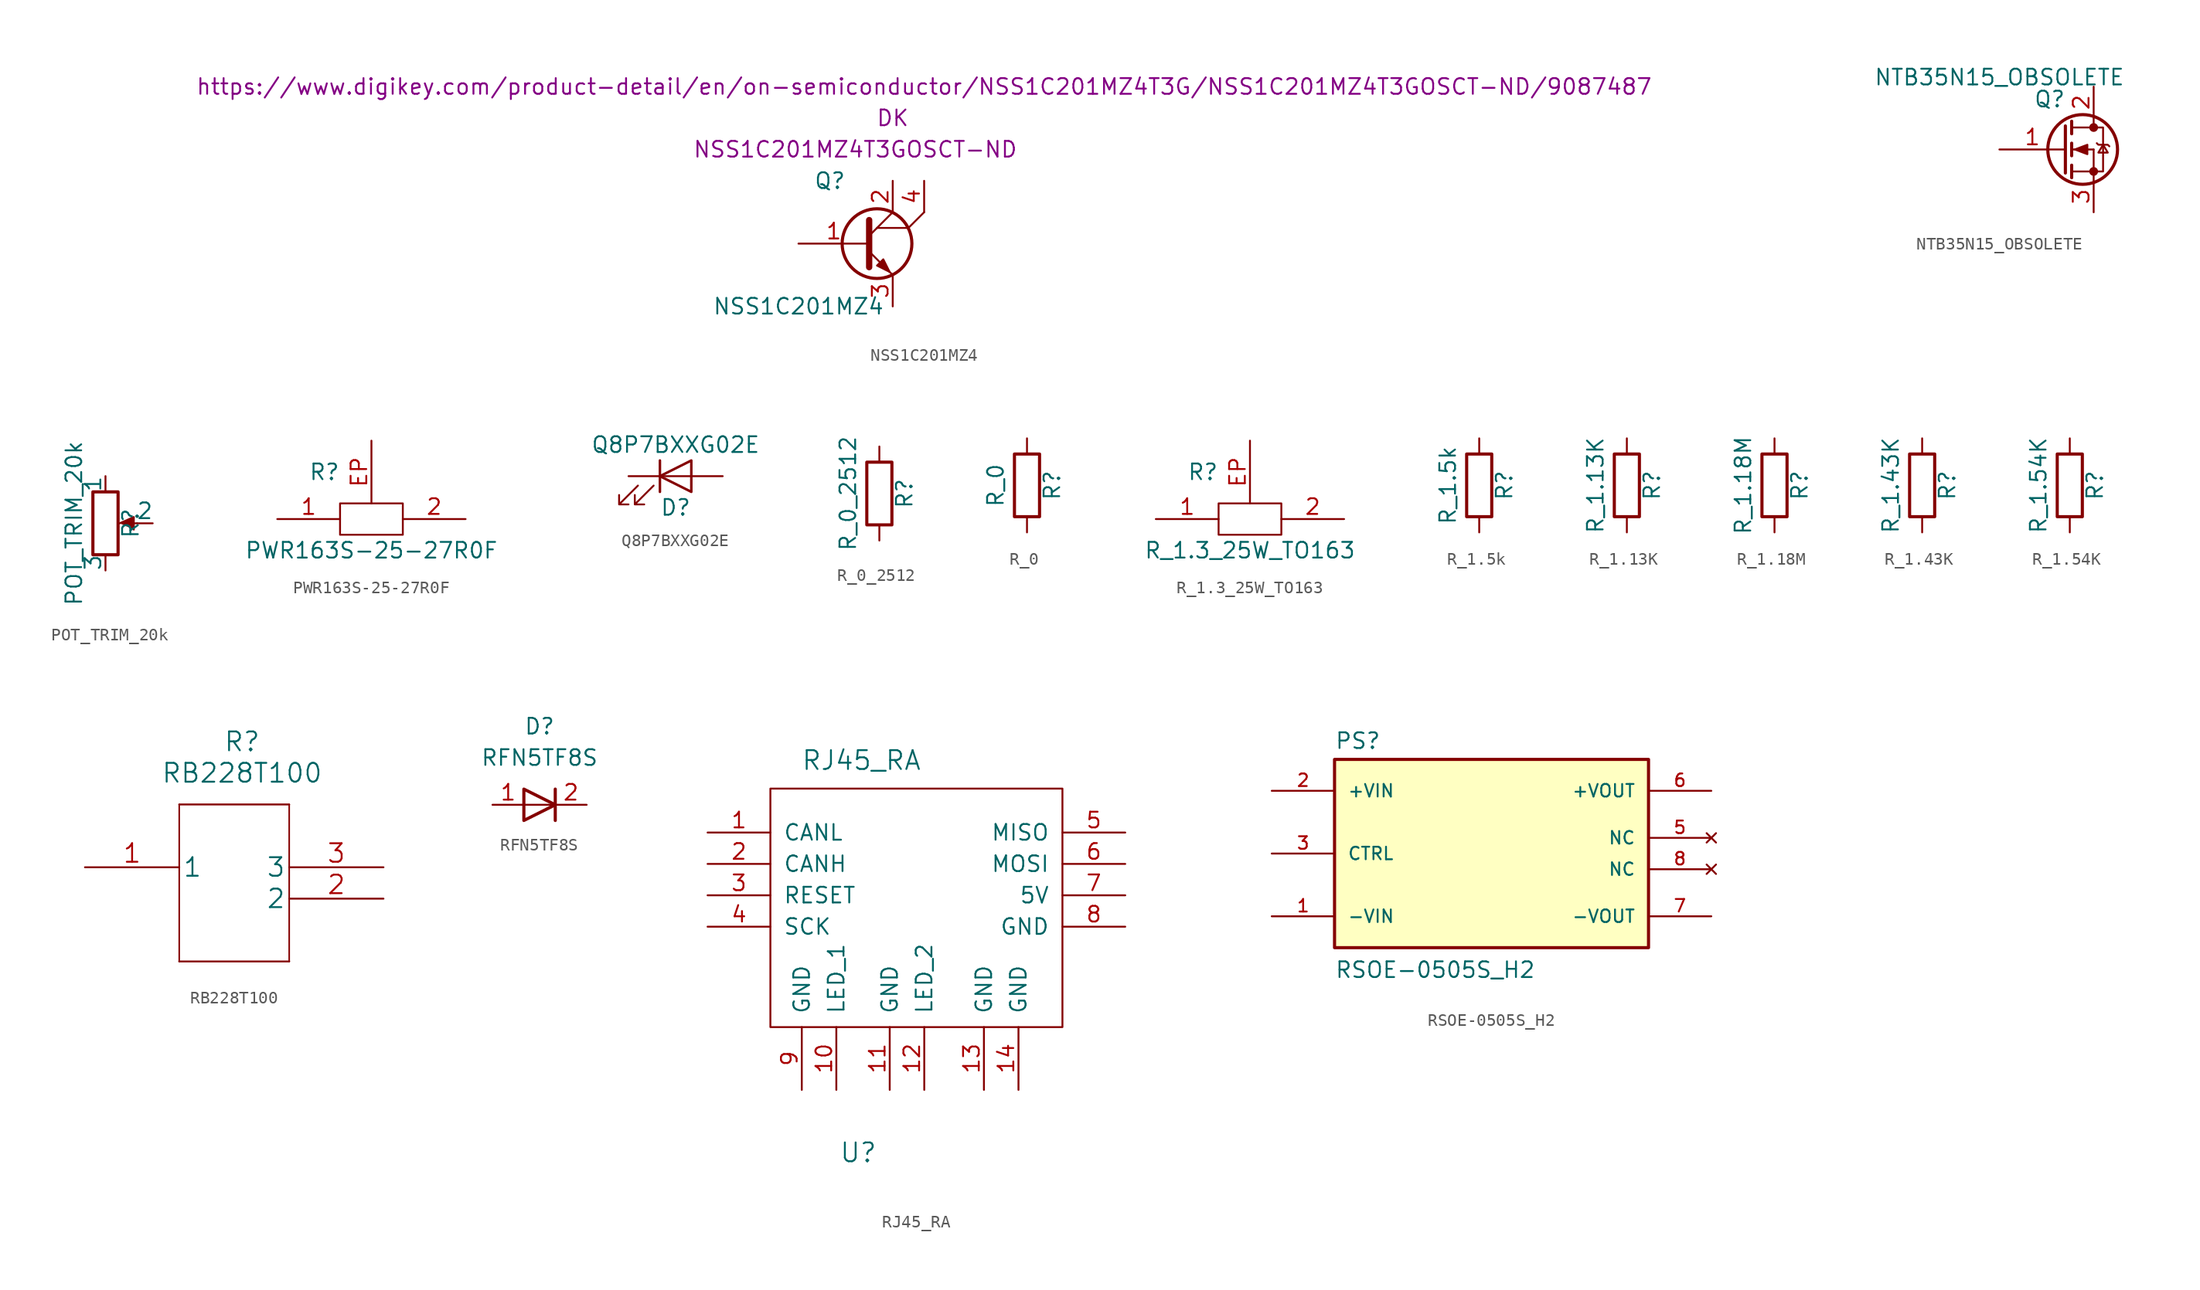
<source format=kicad_sym>
(kicad_symbol_lib
  (version 20211014)
  (generator kicad_symbol_editor)
  (symbol "NSS1C201MZ4"
    (pin_names
      (offset 1.016))
    (property "Reference" "Q"
      (at -2.54 5.08 0)
      (effects (font (size 1.27 1.27))))
    (property "Value" "NSS1C201MZ4"
      (at -5.08 -5.08 0)
      (effects (font (size 1.27 1.27))))
    (property "MPN" "NSS1C201MZ4T3GOSCT-ND "
      (at 0 7.62 0)
      (effects (font (size 1.27 1.27))))
    (property "MFN" "DK"
      (at 2.54 10.16 0)
      (effects (font (size 1.27 1.27))))
    (property "PurchasingLink" "https://www.digikey.com/product-detail/en/on-semiconductor/NSS1C201MZ4T3G/NSS1C201MZ4T3GOSCT-ND/9087487"
      (at 5.08 12.7 0)
      (effects (font (size 1.27 1.27))))
    (symbol "NSS1C201MZ4_0_1"
      (polyline (pts (xy 0.635 0.635) (xy 2.54 2.54)) (stroke (width 0) (type default) (color 0 0 0 0)) (fill (type none)))
      (polyline (pts (xy 3.81 1.27) (xy 1.27 1.27)) (stroke (width 0) (type default) (color 0 0 0 0)) (fill (type none)))
      (polyline (pts (xy 5.08 2.54) (xy 3.81 1.27)) (stroke (width 0) (type default) (color 0 0 0 0)) (fill (type none)))
      (polyline (pts (xy 0.635 -0.635) (xy 2.54 -2.54) (xy 2.54 -2.54)) (stroke (width 0) (type default) (color 0 0 0 0)) (fill (type none)))
      (polyline (pts (xy 0.635 1.905) (xy 0.635 -1.905) (xy 0.635 -1.905)) (stroke (width 0.508) (type default) (color 0 0 0 0)) (fill (type none)))
      (polyline (pts (xy 1.27 -1.778) (xy 1.778 -1.27) (xy 2.286 -2.286) (xy 1.27 -1.778) (xy 1.27 -1.778)) (stroke (width 0) (type default) (color 0 0 0 0)) (fill (type outline)))
      (circle (center 1.27 0) (radius 2.819) (stroke (width 0.254) (type default) (color 0 0 0 0)) (fill (type none))))
    (symbol "NSS1C201MZ4_1_1"
      (pin input line (at -5.08 0 0) (length 5.715) (name "~" (effects (font (size 1.27 1.27)))) (number "1" (effects (font (size 1.27 1.27)))))
      (pin passive line (at 2.54 5.08 270) (length 2.54) (name "~" (effects (font (size 1.27 1.27)))) (number "2" (effects (font (size 1.27 1.27)))))
      (pin passive line (at 2.54 -5.08 90) (length 2.54) (name "~" (effects (font (size 1.27 1.27)))) (number "3" (effects (font (size 1.27 1.27)))))
      (pin passive line (at 5.08 5.08 270) (length 2.54) (name "~" (effects (font (size 1.27 1.27)))) (number "4" (effects (font (size 1.27 1.27)))))))
  (symbol "NTB35N15_OBSOLETE"
    (pin_names
      (offset 1.016))
    (property "Reference" "Q"
      (at -2.794 4.064 0)
      (effects (font (size 1.27 1.27))))
    (property "Value" "NTB35N15_OBSOLETE"
      (at -6.858 5.842 0)
      (effects (font (size 1.27 1.27))))
    (symbol "NTB35N15_OBSOLETE_1_1"
      (circle (center -0.127 0) (radius 2.819) (stroke (width 0.254) (type default) (color 0 0 0 0)) (fill (type none)))
      (polyline (pts (xy -1.016 -1.778) (xy 0.762 -1.778)) (stroke (width 0) (type default) (color 0 0 0 0)) (fill (type none)))
      (polyline (pts (xy -1.016 -1.27) (xy -1.016 -2.286)) (stroke (width 0.254) (type default) (color 0 0 0 0)) (fill (type none)))
      (polyline (pts (xy -1.016 0) (xy 0.762 0)) (stroke (width 0) (type default) (color 0 0 0 0)) (fill (type none)))
      (polyline (pts (xy -1.016 0.508) (xy -1.016 -0.508)) (stroke (width 0.254) (type default) (color 0 0 0 0)) (fill (type none)))
      (polyline (pts (xy -1.016 1.778) (xy 0.762 1.778)) (stroke (width 0) (type default) (color 0 0 0 0)) (fill (type none)))
      (polyline (pts (xy -1.016 2.286) (xy -1.016 1.27)) (stroke (width 0.254) (type default) (color 0 0 0 0)) (fill (type none)))
      (polyline (pts (xy 0.762 -1.778) (xy 0.762 -2.54)) (stroke (width 0) (type default) (color 0 0 0 0)) (fill (type none)))
      (polyline (pts (xy 0.762 -1.778) (xy 0.762 0)) (stroke (width 0) (type default) (color 0 0 0 0)) (fill (type none)))
      (polyline (pts (xy 0.762 2.54) (xy 0.762 1.778)) (stroke (width 0) (type default) (color 0 0 0 0)) (fill (type none)))
      (polyline (pts (xy -1.524 1.905) (xy -1.524 -1.905) (xy -1.524 -1.905)) (stroke (width 0.254) (type default) (color 0 0 0 0)) (fill (type none)))
      (polyline (pts (xy -0.762 0) (xy 0.254 0.381) (xy 0.254 -0.381) (xy -0.762 0)) (stroke (width 0) (type default) (color 0 0 0 0)) (fill (type outline)))
      (polyline (pts (xy 0.762 -1.778) (xy 1.524 -1.778) (xy 1.524 1.778) (xy 0.762 1.778)) (stroke (width 0) (type default) (color 0 0 0 0)) (fill (type none)))
      (polyline (pts (xy 1.016 0.508) (xy 1.143 0.381) (xy 1.905 0.381) (xy 2.032 0.254)) (stroke (width 0) (type default) (color 0 0 0 0)) (fill (type none)))
      (polyline (pts (xy 1.524 0.381) (xy 1.143 -0.254) (xy 1.905 -0.254) (xy 1.524 0.381)) (stroke (width 0) (type default) (color 0 0 0 0)) (fill (type none)))
      (circle (center 0.762 -1.778) (radius 0.279) (stroke (width 0) (type default) (color 0 0 0 0)) (fill (type outline)))
      (circle (center 0.762 1.778) (radius 0.279) (stroke (width 0) (type default) (color 0 0 0 0)) (fill (type outline)))
      (pin input line (at -6.858 0 0) (length 5.334) (name "~" (effects (font (size 1.27 1.27)))) (number "1" (effects (font (size 1.27 1.27)))))
      (pin passive line (at 0.762 5.08 270) (length 2.54) (name "~" (effects (font (size 1.27 1.27)))) (number "2" (effects (font (size 1.27 1.27)))))
      (pin passive line (at 0.762 -5.08 90) (length 2.54) (name "~" (effects (font (size 1.27 1.27)))) (number "3" (effects (font (size 1.27 1.27)))))))
  (symbol "POT_TRIM_20k"
    (pin_numbers hide)
    (pin_names
      (offset 0))
    (property "Reference" "R"
      (at 2.032 0 90)
      (effects (font (size 1.27 1.27))))
    (property "Value" "POT_TRIM_20k"
      (at -2.54 0 90)
      (effects (font (size 1.27 1.27))))
    (symbol "POT_TRIM_20k_1_1"
      (polyline (pts (xy 2.54 0) (xy 1.524 0)) (stroke (width 0) (type default) (color 0 0 0 0)) (fill (type none)))
      (polyline (pts (xy 1.143 0) (xy 2.286 0.508) (xy 2.286 -0.508)) (stroke (width 0) (type default) (color 0 0 0 0)) (fill (type outline)))
      (rectangle (start 1.016 2.54) (end -1.016 -2.54) (stroke (width 0.254) (type default) (color 0 0 0 0)) (fill (type none)))
      (pin passive line (at 0 3.81 270) (length 1.27) (name "1" (effects (font (size 1.27 1.27)))) (number "1" (effects (font (size 1.27 1.27)))))
      (pin passive line (at 3.81 0 180) (length 1.27) (name "2" (effects (font (size 1.27 1.27)))) (number "2" (effects (font (size 1.27 1.27)))))
      (pin passive line (at 0 -3.81 90) (length 1.27) (name "3" (effects (font (size 1.27 1.27)))) (number "3" (effects (font (size 1.27 1.27)))))))
  (symbol "PWR163S-25-27R0F"
    (pin_names
      (offset 1.016))
    (property "Reference" "R"
      (at -3.81 3.81 0)
      (effects (font (size 1.27 1.27))))
    (property "Value" "PWR163S-25-27R0F"
      (at 0 -2.54 0)
      (effects (font (size 1.27 1.27))))
    (symbol "PWR163S-25-27R0F_0_1"
      (rectangle (start 2.54 -1.27) (end -2.54 1.27) (stroke (width 0) (type default) (color 0 0 0 0)) (fill (type none))))
    (symbol "PWR163S-25-27R0F_1_1"
      (pin input line (at -7.62 0 0) (length 5.08) (name "~" (effects (font (size 1.27 1.27)))) (number "1" (effects (font (size 1.27 1.27)))))
      (pin input line (at 7.62 0 180) (length 5.08) (name "~" (effects (font (size 1.27 1.27)))) (number "2" (effects (font (size 1.27 1.27)))))
      (pin input line (at 0 6.35 270) (length 5.08) (name "~" (effects (font (size 1.27 1.27)))) (number "EP" (effects (font (size 1.27 1.27)))))))
  (symbol "Q8P7BXXG02E"
    (pin_numbers hide)
    (pin_names
      (offset 1.016) hide)
    (property "Reference" "D"
      (at 0 -2.54 0)
      (effects (font (size 1.27 1.27))))
    (property "Value" "Q8P7BXXG02E"
      (at 0 2.54 0)
      (effects (font (size 1.27 1.27))))
    (symbol "Q8P7BXXG02E_0_1"
      (polyline (pts (xy -1.27 -1.27) (xy -1.27 1.27)) (stroke (width 0.203) (type default) (color 0 0 0 0)) (fill (type none)))
      (polyline (pts (xy -1.27 0) (xy 1.27 0)) (stroke (width 0) (type default) (color 0 0 0 0)) (fill (type none)))
      (polyline (pts (xy 1.27 -1.27) (xy 1.27 1.27) (xy -1.27 0) (xy 1.27 -1.27)) (stroke (width 0.203) (type default) (color 0 0 0 0)) (fill (type none)))
      (polyline (pts (xy -3.048 -0.762) (xy -4.572 -2.286) (xy -3.81 -2.286) (xy -4.572 -2.286) (xy -4.572 -1.524)) (stroke (width 0) (type default) (color 0 0 0 0)) (fill (type none)))
      (polyline (pts (xy -1.778 -0.762) (xy -3.302 -2.286) (xy -2.54 -2.286) (xy -3.302 -2.286) (xy -3.302 -1.524)) (stroke (width 0) (type default) (color 0 0 0 0)) (fill (type none))))
    (symbol "Q8P7BXXG02E_1_1"
      (pin passive line (at -3.81 0 0) (length 2.54) (name "K" (effects (font (size 1.27 1.27)))) (number "1" (effects (font (size 1.27 1.27)))))
      (pin passive line (at 3.81 0 180) (length 2.54) (name "A" (effects (font (size 1.27 1.27)))) (number "2" (effects (font (size 1.27 1.27)))))))
  (symbol "R_0_2512"
    (pin_numbers hide)
    (pin_names
      (offset 0))
    (property "Reference" "R"
      (at 2.032 0 90)
      (effects (font (size 1.27 1.27))))
    (property "Value" "R_0_2512"
      (at -2.54 0 90)
      (effects (font (size 1.27 1.27))))
    (symbol "R_0_2512_0_1"
      (rectangle (start -1.016 -2.54) (end 1.016 2.54) (stroke (width 0.254) (type default) (color 0 0 0 0)) (fill (type none))))
    (symbol "R_0_2512_1_1"
      (pin passive line (at 0 3.81 270) (length 1.27) (name "~" (effects (font (size 1.27 1.27)))) (number "1" (effects (font (size 1.27 1.27)))))
      (pin passive line (at 0 -3.81 90) (length 1.27) (name "~" (effects (font (size 1.27 1.27)))) (number "2" (effects (font (size 1.27 1.27)))))))
  (symbol "R_0"
    (pin_numbers hide)
    (pin_names
      (offset 0))
    (property "Reference" "R"
      (at 2.032 0 90)
      (effects (font (size 1.27 1.27))))
    (property "Value" "R_0"
      (at -2.54 0 90)
      (effects (font (size 1.27 1.27))))
    (symbol "R_0_0_1"
      (rectangle (start -1.016 -2.54) (end 1.016 2.54) (stroke (width 0.254) (type default) (color 0 0 0 0)) (fill (type none))))
    (symbol "R_0_1_1"
      (pin passive line (at 0 3.81 270) (length 1.27) (name "~" (effects (font (size 1.27 1.27)))) (number "1" (effects (font (size 1.27 1.27)))))
      (pin passive line (at 0 -3.81 90) (length 1.27) (name "~" (effects (font (size 1.27 1.27)))) (number "2" (effects (font (size 1.27 1.27)))))))
  (symbol "R_1.3_25W_TO163"
    (pin_names
      (offset 1.016))
    (property "Reference" "R"
      (at -3.81 3.81 0)
      (effects (font (size 1.27 1.27))))
    (property "Value" "R_1.3_25W_TO163"
      (at 0 -2.54 0)
      (effects (font (size 1.27 1.27))))
    (symbol "R_1.3_25W_TO163_0_1"
      (rectangle (start 2.54 -1.27) (end -2.54 1.27) (stroke (width 0) (type default) (color 0 0 0 0)) (fill (type none))))
    (symbol "R_1.3_25W_TO163_1_1"
      (pin input line (at -7.62 0 0) (length 5.08) (name "~" (effects (font (size 1.27 1.27)))) (number "1" (effects (font (size 1.27 1.27)))))
      (pin input line (at 7.62 0 180) (length 5.08) (name "~" (effects (font (size 1.27 1.27)))) (number "2" (effects (font (size 1.27 1.27)))))
      (pin input line (at 0 6.35 270) (length 5.08) (name "~" (effects (font (size 1.27 1.27)))) (number "EP" (effects (font (size 1.27 1.27)))))))
  (symbol "R_1.5k"
    (pin_numbers hide)
    (pin_names
      (offset 0))
    (property "Reference" "R"
      (at 2.032 0 90)
      (effects (font (size 1.27 1.27))))
    (property "Value" "R_1.5k"
      (at -2.54 0 90)
      (effects (font (size 1.27 1.27))))
    (symbol "R_1.5k_0_1"
      (rectangle (start -1.016 -2.54) (end 1.016 2.54) (stroke (width 0.254) (type default) (color 0 0 0 0)) (fill (type none))))
    (symbol "R_1.5k_1_1"
      (pin passive line (at 0 3.81 270) (length 1.27) (name "~" (effects (font (size 1.27 1.27)))) (number "1" (effects (font (size 1.27 1.27)))))
      (pin passive line (at 0 -3.81 90) (length 1.27) (name "~" (effects (font (size 1.27 1.27)))) (number "2" (effects (font (size 1.27 1.27)))))))
  (symbol "R_1.13K"
    (pin_numbers hide)
    (pin_names
      (offset 0))
    (property "Reference" "R"
      (at 2.032 0 90)
      (effects (font (size 1.27 1.27))))
    (property "Value" "R_1.13K"
      (at -2.54 0 90)
      (effects (font (size 1.27 1.27))))
    (symbol "R_1.13K_0_1"
      (rectangle (start -1.016 -2.54) (end 1.016 2.54) (stroke (width 0.254) (type default) (color 0 0 0 0)) (fill (type none))))
    (symbol "R_1.13K_1_1"
      (pin passive line (at 0 3.81 270) (length 1.27) (name "~" (effects (font (size 1.27 1.27)))) (number "1" (effects (font (size 1.27 1.27)))))
      (pin passive line (at 0 -3.81 90) (length 1.27) (name "~" (effects (font (size 1.27 1.27)))) (number "2" (effects (font (size 1.27 1.27)))))))
  (symbol "R_1.18M"
    (pin_numbers hide)
    (pin_names
      (offset 0))
    (property "Reference" "R"
      (at 2.032 0 90)
      (effects (font (size 1.27 1.27))))
    (property "Value" "R_1.18M"
      (at -2.54 0 90)
      (effects (font (size 1.27 1.27))))
    (symbol "R_1.18M_0_1"
      (rectangle (start -1.016 -2.54) (end 1.016 2.54) (stroke (width 0.254) (type default) (color 0 0 0 0)) (fill (type none))))
    (symbol "R_1.18M_1_1"
      (pin passive line (at 0 3.81 270) (length 1.27) (name "~" (effects (font (size 1.27 1.27)))) (number "1" (effects (font (size 1.27 1.27)))))
      (pin passive line (at 0 -3.81 90) (length 1.27) (name "~" (effects (font (size 1.27 1.27)))) (number "2" (effects (font (size 1.27 1.27)))))))
  (symbol "R_1.43K"
    (pin_numbers hide)
    (pin_names
      (offset 0))
    (property "Reference" "R"
      (at 2.032 0 90)
      (effects (font (size 1.27 1.27))))
    (property "Value" "R_1.43K"
      (at -2.54 0 90)
      (effects (font (size 1.27 1.27))))
    (symbol "R_1.43K_0_1"
      (rectangle (start -1.016 -2.54) (end 1.016 2.54) (stroke (width 0.254) (type default) (color 0 0 0 0)) (fill (type none))))
    (symbol "R_1.43K_1_1"
      (pin passive line (at 0 3.81 270) (length 1.27) (name "~" (effects (font (size 1.27 1.27)))) (number "1" (effects (font (size 1.27 1.27)))))
      (pin passive line (at 0 -3.81 90) (length 1.27) (name "~" (effects (font (size 1.27 1.27)))) (number "2" (effects (font (size 1.27 1.27)))))))
  (symbol "R_1.54K"
    (pin_numbers hide)
    (pin_names
      (offset 0))
    (property "Reference" "R"
      (at 2.032 0 90)
      (effects (font (size 1.27 1.27))))
    (property "Value" "R_1.54K"
      (at -2.54 0 90)
      (effects (font (size 1.27 1.27))))
    (symbol "R_1.54K_0_1"
      (rectangle (start -1.016 -2.54) (end 1.016 2.54) (stroke (width 0.254) (type default) (color 0 0 0 0)) (fill (type none))))
    (symbol "R_1.54K_1_1"
      (pin passive line (at 0 3.81 270) (length 1.27) (name "~" (effects (font (size 1.27 1.27)))) (number "1" (effects (font (size 1.27 1.27)))))
      (pin passive line (at 0 -3.81 90) (length 1.27) (name "~" (effects (font (size 1.27 1.27)))) (number "2" (effects (font (size 1.27 1.27)))))))
  (symbol "RB228T100"
    (pin_names
      (offset 0.254))
    (property "Reference" "R"
      (at 0 11.43 0)
      (effects (font (size 1.524 1.524))))
    (property "Value" "RB228T100"
      (at 0 8.89 0)
      (effects (font (size 1.524 1.524))))
    (symbol "RB228T100_1_1"
      (polyline (pts (xy -5.08 -6.35) (xy 3.81 -6.35)) (stroke (width 0) (type default) (color 0 0 0 0)) (fill (type none)))
      (polyline (pts (xy -5.08 6.35) (xy -5.08 -6.35)) (stroke (width 0.127) (type default) (color 0 0 0 0)) (fill (type none)))
      (polyline (pts (xy 3.81 -6.35) (xy 3.81 6.35)) (stroke (width 0.127) (type default) (color 0 0 0 0)) (fill (type none)))
      (polyline (pts (xy 3.81 6.35) (xy -5.08 6.35)) (stroke (width 0) (type default) (color 0 0 0 0)) (fill (type none)))
      (pin unspecified line (at -12.7 1.27 0) (length 7.62) (name "1" (effects (font (size 1.499 1.499)))) (number "1" (effects (font (size 1.499 1.499)))))
      (pin unspecified line (at 11.43 -1.27 180) (length 7.62) (name "2" (effects (font (size 1.499 1.499)))) (number "2" (effects (font (size 1.499 1.499)))))
      (pin unspecified line (at 11.43 1.27 180) (length 7.62) (name "3" (effects (font (size 1.499 1.499)))) (number "3" (effects (font (size 1.499 1.499)))))))
  (symbol "RFN5TF8S"
    (pin_names
      (offset 1.016))
    (property "Reference" "D"
      (at 0 6.35 0)
      (effects (font (size 1.27 1.27))))
    (property "Value" "RFN5TF8S"
      (at 0 3.81 0)
      (effects (font (size 1.27 1.27))))
    (symbol "RFN5TF8S_1_1"
      (polyline (pts (xy 1.27 0) (xy -1.27 0)) (stroke (width 0) (type default) (color 0 0 0 0)) (fill (type none)))
      (polyline (pts (xy 1.27 1.27) (xy 1.27 -1.27)) (stroke (width 0.254) (type default) (color 0 0 0 0)) (fill (type none)))
      (polyline (pts (xy -1.27 -1.27) (xy -1.27 1.27) (xy 1.27 0) (xy -1.27 -1.27)) (stroke (width 0.254) (type default) (color 0 0 0 0)) (fill (type none)))
      (pin passive line (at -3.81 0 0) (length 2.54) (name "~" (effects (font (size 1.27 1.27)))) (number "1" (effects (font (size 1.27 1.27)))))
      (pin passive line (at 3.81 0 180) (length 2.54) (name "~" (effects (font (size 1.27 1.27)))) (number "2" (effects (font (size 1.27 1.27)))))))
  (symbol "RJ45_RA"
    (pin_names
      (offset 1.016))
    (property "Reference" "U"
      (at 0 -14.986 0)
      (effects (font (size 1.524 1.524))))
    (property "Value" "RJ45_RA"
      (at 0.254 16.764 0)
      (effects (font (size 1.524 1.524))))
    (symbol "RJ45_RA_0_1"
      (rectangle (start -7.112 14.478) (end 16.51 -4.826) (stroke (width 0) (type default) (color 0 0 0 0)) (fill (type none))))
    (symbol "RJ45_RA_1_1"
      (pin bidirectional line (at -12.192 10.922 0) (length 5.08) (name "CANL" (effects (font (size 1.27 1.27)))) (number "1" (effects (font (size 1.27 1.27)))))
      (pin bidirectional line (at -1.778 -9.906 90) (length 5.08) (name "LED_1" (effects (font (size 1.27 1.27)))) (number "10" (effects (font (size 1.27 1.27)))))
      (pin bidirectional line (at 2.54 -9.906 90) (length 5.08) (name "GND" (effects (font (size 1.27 1.27)))) (number "11" (effects (font (size 1.27 1.27)))))
      (pin bidirectional line (at 5.334 -9.906 90) (length 5.08) (name "LED_2" (effects (font (size 1.27 1.27)))) (number "12" (effects (font (size 1.27 1.27)))))
      (pin bidirectional line (at 10.16 -9.906 90) (length 5.08) (name "GND" (effects (font (size 1.27 1.27)))) (number "13" (effects (font (size 1.27 1.27)))))
      (pin bidirectional line (at 12.954 -9.906 90) (length 5.08) (name "GND" (effects (font (size 1.27 1.27)))) (number "14" (effects (font (size 1.27 1.27)))))
      (pin bidirectional line (at -12.192 8.382 0) (length 5.08) (name "CANH" (effects (font (size 1.27 1.27)))) (number "2" (effects (font (size 1.27 1.27)))))
      (pin bidirectional line (at -12.192 5.842 0) (length 5.08) (name "RESET" (effects (font (size 1.27 1.27)))) (number "3" (effects (font (size 1.27 1.27)))))
      (pin bidirectional line (at -12.192 3.302 0) (length 5.08) (name "SCK" (effects (font (size 1.27 1.27)))) (number "4" (effects (font (size 1.27 1.27)))))
      (pin bidirectional line (at 21.59 10.922 180) (length 5.08) (name "MISO" (effects (font (size 1.27 1.27)))) (number "5" (effects (font (size 1.27 1.27)))))
      (pin bidirectional line (at 21.59 8.382 180) (length 5.08) (name "MOSI" (effects (font (size 1.27 1.27)))) (number "6" (effects (font (size 1.27 1.27)))))
      (pin bidirectional line (at 21.59 5.842 180) (length 5.08) (name "5V" (effects (font (size 1.27 1.27)))) (number "7" (effects (font (size 1.27 1.27)))))
      (pin bidirectional line (at 21.59 3.302 180) (length 5.08) (name "GND" (effects (font (size 1.27 1.27)))) (number "8" (effects (font (size 1.27 1.27)))))
      (pin bidirectional line (at -4.572 -9.906 90) (length 5.08) (name "GND" (effects (font (size 1.27 1.27)))) (number "9" (effects (font (size 1.27 1.27)))))))
  (symbol "RSOE-0505S_H2"
    (pin_names
      (offset 1.016))
    (property "Reference" "PS"
      (at -12.7 8.382 0)
      (effects (font (size 1.27 1.27)) (justify left bottom)))
    (property "Value" "RSOE-0505S_H2"
      (at -12.7 -10.16 0)
      (effects (font (size 1.27 1.27)) (justify left bottom)))
    (symbol "RSOE-0505S_H2_0_0"
      (rectangle (start -12.7 -7.62) (end 12.7 7.62) (stroke (width 0.254) (type default) (color 0 0 0 0)) (fill (type background)))
      (pin input line (at -17.78 -5.08 0) (length 5.08) (name "-VIN" (effects (font (size 1.016 1.016)))) (number "1" (effects (font (size 1.016 1.016)))))
      (pin input line (at -17.78 5.08 0) (length 5.08) (name "+VIN" (effects (font (size 1.016 1.016)))) (number "2" (effects (font (size 1.016 1.016)))))
      (pin input line (at -17.78 0 0) (length 5.08) (name "CTRL" (effects (font (size 1.016 1.016)))) (number "3" (effects (font (size 1.016 1.016)))))
      (pin no_connect line (at 17.78 1.27 180) (length 5.08) (name "NC" (effects (font (size 1.016 1.016)))) (number "5" (effects (font (size 1.016 1.016)))))
      (pin output line (at 17.78 5.08 180) (length 5.08) (name "+VOUT" (effects (font (size 1.016 1.016)))) (number "6" (effects (font (size 1.016 1.016)))))
      (pin output line (at 17.78 -5.08 180) (length 5.08) (name "-VOUT" (effects (font (size 1.016 1.016)))) (number "7" (effects (font (size 1.016 1.016)))))
      (pin no_connect line (at 17.78 -1.27 180) (length 5.08) (name "NC" (effects (font (size 1.016 1.016)))) (number "8" (effects (font (size 1.016 1.016))))))))
</source>
